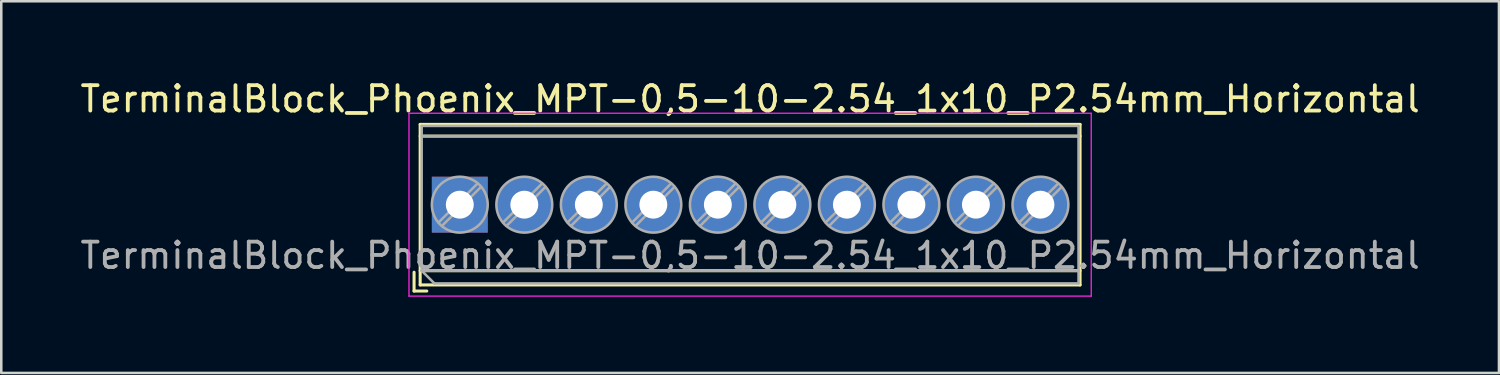
<source format=kicad_pcb>
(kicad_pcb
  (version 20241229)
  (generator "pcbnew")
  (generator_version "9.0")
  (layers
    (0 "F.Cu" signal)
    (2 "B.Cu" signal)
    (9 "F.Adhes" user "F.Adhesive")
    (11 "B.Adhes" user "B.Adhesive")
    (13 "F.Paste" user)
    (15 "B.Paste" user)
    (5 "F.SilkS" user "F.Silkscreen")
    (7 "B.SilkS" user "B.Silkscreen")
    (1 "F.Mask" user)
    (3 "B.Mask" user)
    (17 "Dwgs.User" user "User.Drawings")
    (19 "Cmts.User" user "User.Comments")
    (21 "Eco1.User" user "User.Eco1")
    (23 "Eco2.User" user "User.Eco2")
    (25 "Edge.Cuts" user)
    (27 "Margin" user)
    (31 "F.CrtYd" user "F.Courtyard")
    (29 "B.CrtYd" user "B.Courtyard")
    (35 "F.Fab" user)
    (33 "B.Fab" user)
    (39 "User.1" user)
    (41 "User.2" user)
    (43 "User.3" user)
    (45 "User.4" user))
  (footprint "TerminalBlock_Phoenix_MPT-0,5-10-2.54_1x10_P2.54mm_Horizontal"
    (layer "F.Cu")
    (at 15.052 5.008)
    (property "Reference" "TerminalBlock_Phoenix_MPT-0,5-10-2.54_1x10_P2.54mm_Horizontal" (at 11.43 -4.16 0) (layer "F.SilkS") (effects (font (size 1 1) (thickness 0.15))))
    (attr through_hole)
    (fp_line (start -1.8 2.66) (end -1.8 3.4) (stroke (width 0.12) (type solid)) (layer "F.SilkS"))
    (fp_line (start -1.8 3.4) (end -1.3 3.4) (stroke (width 0.12) (type solid)) (layer "F.SilkS"))
    (fp_line (start -1.56 -3.16) (end -1.56 3.16) (stroke (width 0.12) (type solid)) (layer "F.SilkS"))
    (fp_line (start -1.56 -3.16) (end 24.42 -3.16) (stroke (width 0.12) (type solid)) (layer "F.SilkS"))
    (fp_line (start -1.56 -2.7) (end 24.42 -2.7) (stroke (width 0.12) (type solid)) (layer "F.SilkS"))
    (fp_line (start -1.56 2.6) (end 24.42 2.6) (stroke (width 0.12) (type solid)) (layer "F.SilkS"))
    (fp_line (start -1.56 3.16) (end 24.42 3.16) (stroke (width 0.12) (type solid)) (layer "F.SilkS"))
    (fp_line (start 24.42 -3.16) (end 24.42 3.16) (stroke (width 0.12) (type solid)) (layer "F.SilkS"))
    (fp_line (start -2 -3.6) (end -2 3.6) (stroke (width 0.05) (type solid)) (layer "F.CrtYd"))
    (fp_line (start -2 3.6) (end 24.86 3.6) (stroke (width 0.05) (type solid)) (layer "F.CrtYd"))
    (fp_line (start 24.86 -3.6) (end -2 -3.6) (stroke (width 0.05) (type solid)) (layer "F.CrtYd"))
    (fp_line (start 24.86 3.6) (end 24.86 -3.6) (stroke (width 0.05) (type solid)) (layer "F.CrtYd"))
    (fp_line (start -1.5 -3.1) (end 24.36 -3.1) (stroke (width 0.1) (type solid)) (layer "F.Fab"))
    (fp_line (start -1.5 -2.7) (end 24.36 -2.7) (stroke (width 0.1) (type solid)) (layer "F.Fab"))
    (fp_line (start -1.5 2.6) (end -1.5 -3.1) (stroke (width 0.1) (type solid)) (layer "F.Fab"))
    (fp_line (start -1.5 2.6) (end 24.36 2.6) (stroke (width 0.1) (type solid)) (layer "F.Fab"))
    (fp_line (start -1 3.1) (end -1.5 2.6) (stroke (width 0.1) (type solid)) (layer "F.Fab"))
    (fp_line (start 0.701 -0.835) (end -0.835 0.7) (stroke (width 0.1) (type solid)) (layer "F.Fab"))
    (fp_line (start 0.835 -0.7) (end -0.701 0.835) (stroke (width 0.1) (type solid)) (layer "F.Fab"))
    (fp_line (start 3.241 -0.835) (end 1.706 0.7) (stroke (width 0.1) (type solid)) (layer "F.Fab"))
    (fp_line (start 3.375 -0.7) (end 1.84 0.835) (stroke (width 0.1) (type solid)) (layer "F.Fab"))
    (fp_line (start 5.781 -0.835) (end 4.246 0.7) (stroke (width 0.1) (type solid)) (layer "F.Fab"))
    (fp_line (start 5.915 -0.7) (end 4.38 0.835) (stroke (width 0.1) (type solid)) (layer "F.Fab"))
    (fp_line (start 8.321 -0.835) (end 6.786 0.7) (stroke (width 0.1) (type solid)) (layer "F.Fab"))
    (fp_line (start 8.455 -0.7) (end 6.92 0.835) (stroke (width 0.1) (type solid)) (layer "F.Fab"))
    (fp_line (start 10.861 -0.835) (end 9.326 0.7) (stroke (width 0.1) (type solid)) (layer "F.Fab"))
    (fp_line (start 10.995 -0.7) (end 9.46 0.835) (stroke (width 0.1) (type solid)) (layer "F.Fab"))
    (fp_line (start 13.401 -0.835) (end 11.866 0.7) (stroke (width 0.1) (type solid)) (layer "F.Fab"))
    (fp_line (start 13.535 -0.7) (end 12 0.835) (stroke (width 0.1) (type solid)) (layer "F.Fab"))
    (fp_line (start 15.941 -0.835) (end 14.406 0.7) (stroke (width 0.1) (type solid)) (layer "F.Fab"))
    (fp_line (start 16.075 -0.7) (end 14.54 0.835) (stroke (width 0.1) (type solid)) (layer "F.Fab"))
    (fp_line (start 18.481 -0.835) (end 16.946 0.7) (stroke (width 0.1) (type solid)) (layer "F.Fab"))
    (fp_line (start 18.615 -0.7) (end 17.08 0.835) (stroke (width 0.1) (type solid)) (layer "F.Fab"))
    (fp_line (start 21.021 -0.835) (end 19.486 0.7) (stroke (width 0.1) (type solid)) (layer "F.Fab"))
    (fp_line (start 21.155 -0.7) (end 19.62 0.835) (stroke (width 0.1) (type solid)) (layer "F.Fab"))
    (fp_line (start 23.561 -0.835) (end 22.026 0.7) (stroke (width 0.1) (type solid)) (layer "F.Fab"))
    (fp_line (start 23.695 -0.7) (end 22.16 0.835) (stroke (width 0.1) (type solid)) (layer "F.Fab"))
    (fp_line (start 24.36 -3.1) (end 24.36 3.1) (stroke (width 0.1) (type solid)) (layer "F.Fab"))
    (fp_line (start 24.36 3.1) (end -1 3.1) (stroke (width 0.1) (type solid)) (layer "F.Fab"))
    (fp_circle (center 0 0) (end 1.1 0) (stroke (width 0.1) (type solid)) (fill no) (layer "F.Fab"))
    (fp_circle (center 2.54 0) (end 3.64 0) (stroke (width 0.1) (type solid)) (fill no) (layer "F.Fab"))
    (fp_circle (center 5.08 0) (end 6.18 0) (stroke (width 0.1) (type solid)) (fill no) (layer "F.Fab"))
    (fp_circle (center 7.62 0) (end 8.72 0) (stroke (width 0.1) (type solid)) (fill no) (layer "F.Fab"))
    (fp_circle (center 10.16 0) (end 11.26 0) (stroke (width 0.1) (type solid)) (fill no) (layer "F.Fab"))
    (fp_circle (center 12.7 0) (end 13.8 0) (stroke (width 0.1) (type solid)) (fill no) (layer "F.Fab"))
    (fp_circle (center 15.24 0) (end 16.34 0) (stroke (width 0.1) (type solid)) (fill no) (layer "F.Fab"))
    (fp_circle (center 17.78 0) (end 18.88 0) (stroke (width 0.1) (type solid)) (fill no) (layer "F.Fab"))
    (fp_circle (center 20.32 0) (end 21.42 0) (stroke (width 0.1) (type solid)) (fill no) (layer "F.Fab"))
    (fp_circle (center 22.86 0) (end 23.96 0) (stroke (width 0.1) (type solid)) (fill no) (layer "F.Fab"))
    (fp_text user "${REFERENCE}" (at 11.43 2 0) (layer "F.Fab") (effects (font (size 1 1) (thickness 0.15))))
    (pad "1" thru_hole rect (at 0 0) (size 2.2 2.2) (drill 1.1) (layers "*.Cu" "*.Mask"))
    (pad "2" thru_hole circle (at 2.54 0) (size 2.2 2.2) (drill 1.1) (layers "*.Cu" "*.Mask"))
    (pad "3" thru_hole circle (at 5.08 0) (size 2.2 2.2) (drill 1.1) (layers "*.Cu" "*.Mask"))
    (pad "4" thru_hole circle (at 7.62 0) (size 2.2 2.2) (drill 1.1) (layers "*.Cu" "*.Mask"))
    (pad "5" thru_hole circle (at 10.16 0) (size 2.2 2.2) (drill 1.1) (layers "*.Cu" "*.Mask"))
    (pad "6" thru_hole circle (at 12.7 0) (size 2.2 2.2) (drill 1.1) (layers "*.Cu" "*.Mask"))
    (pad "7" thru_hole circle (at 15.24 0) (size 2.2 2.2) (drill 1.1) (layers "*.Cu" "*.Mask"))
    (pad "8" thru_hole circle (at 17.78 0) (size 2.2 2.2) (drill 1.1) (layers "*.Cu" "*.Mask"))
    (pad "9" thru_hole circle (at 20.32 0) (size 2.2 2.2) (drill 1.1) (layers "*.Cu" "*.Mask"))
    (pad "10" thru_hole circle (at 22.86 0) (size 2.2 2.2) (drill 1.1) (layers "*.Cu" "*.Mask")))
  (gr_rect
    (start -3 -3)
    (end 55.964 11.633)
    (stroke (width 0.1) (type default))
    (fill no)
    (layer "Edge.Cuts")))
</source>
